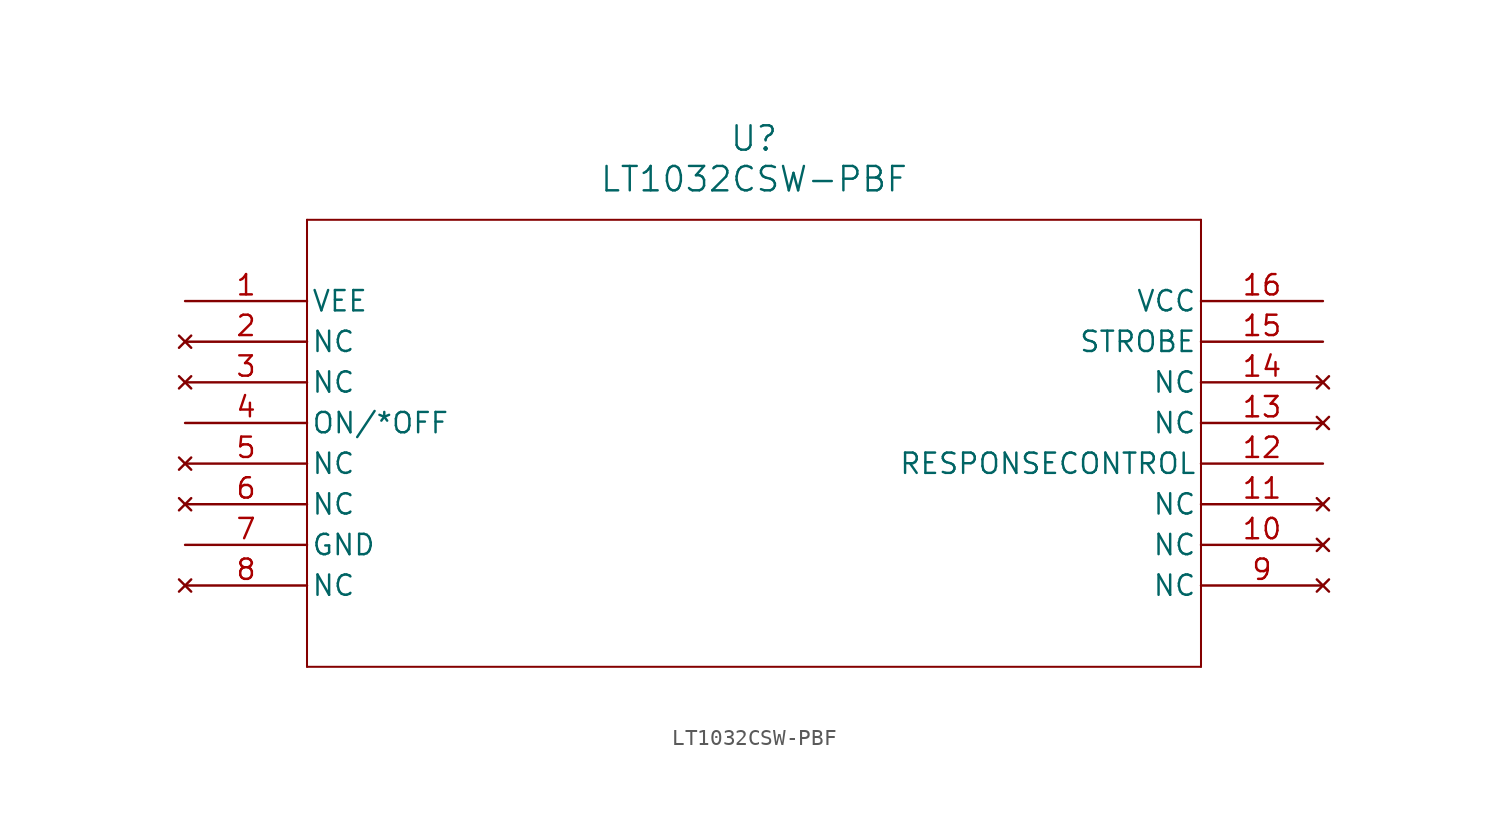
<source format=kicad_sym>
(kicad_symbol_lib
  (version 20211014)
  (generator kicad_symbol_editor)
  (symbol "LT1032CSW-PBF"
    (pin_names
      (offset 0.254))
    (property "Reference" "U"
      (at 35.56 10.16 0)
      (effects (font (size 1.524 1.524))))
    (property "Value" "LT1032CSW-PBF"
      (at 35.56 7.62 0)
      (effects (font (size 1.524 1.524))))
    (symbol "LT1032CSW-PBF_0_1"
      (polyline (pts (xy 7.62 5.08) (xy 7.62 -22.86)) (stroke (width 0.127) (type default) (color 0 0 0 0)) (fill (type none)))
      (polyline (pts (xy 7.62 -22.86) (xy 63.5 -22.86)) (stroke (width 0.127) (type default) (color 0 0 0 0)) (fill (type none)))
      (polyline (pts (xy 63.5 -22.86) (xy 63.5 5.08)) (stroke (width 0.127) (type default) (color 0 0 0 0)) (fill (type none)))
      (polyline (pts (xy 63.5 5.08) (xy 7.62 5.08)) (stroke (width 0.127) (type default) (color 0 0 0 0)) (fill (type none)))
      (pin power_in line (at 0 0 0) (length 7.62) (name "VEE" (effects (font (size 1.27 1.27)))) (number "1" (effects (font (size 1.27 1.27)))))
      (pin no_connect line (at 0 -2.54 0) (length 7.62) (name "NC" (effects (font (size 1.27 1.27)))) (number "2" (effects (font (size 1.27 1.27)))))
      (pin no_connect line (at 0 -5.08 0) (length 7.62) (name "NC" (effects (font (size 1.27 1.27)))) (number "3" (effects (font (size 1.27 1.27)))))
      (pin unspecified line (at 0 -7.62 0) (length 7.62) (name "ON/*OFF" (effects (font (size 1.27 1.27)))) (number "4" (effects (font (size 1.27 1.27)))))
      (pin no_connect line (at 0 -10.16 0) (length 7.62) (name "NC" (effects (font (size 1.27 1.27)))) (number "5" (effects (font (size 1.27 1.27)))))
      (pin no_connect line (at 0 -12.7 0) (length 7.62) (name "NC" (effects (font (size 1.27 1.27)))) (number "6" (effects (font (size 1.27 1.27)))))
      (pin power_in line (at 0 -15.24 0) (length 7.62) (name "GND" (effects (font (size 1.27 1.27)))) (number "7" (effects (font (size 1.27 1.27)))))
      (pin no_connect line (at 0 -17.78 0) (length 7.62) (name "NC" (effects (font (size 1.27 1.27)))) (number "8" (effects (font (size 1.27 1.27)))))
      (pin no_connect line (at 71.12 -17.78 180) (length 7.62) (name "NC" (effects (font (size 1.27 1.27)))) (number "9" (effects (font (size 1.27 1.27)))))
      (pin no_connect line (at 71.12 -15.24 180) (length 7.62) (name "NC" (effects (font (size 1.27 1.27)))) (number "10" (effects (font (size 1.27 1.27)))))
      (pin no_connect line (at 71.12 -12.7 180) (length 7.62) (name "NC" (effects (font (size 1.27 1.27)))) (number "11" (effects (font (size 1.27 1.27)))))
      (pin unspecified line (at 71.12 -10.16 180) (length 7.62) (name "RESPONSECONTROL" (effects (font (size 1.27 1.27)))) (number "12" (effects (font (size 1.27 1.27)))))
      (pin no_connect line (at 71.12 -7.62 180) (length 7.62) (name "NC" (effects (font (size 1.27 1.27)))) (number "13" (effects (font (size 1.27 1.27)))))
      (pin no_connect line (at 71.12 -5.08 180) (length 7.62) (name "NC" (effects (font (size 1.27 1.27)))) (number "14" (effects (font (size 1.27 1.27)))))
      (pin unspecified line (at 71.12 -2.54 180) (length 7.62) (name "STROBE" (effects (font (size 1.27 1.27)))) (number "15" (effects (font (size 1.27 1.27)))))
      (pin power_in line (at 71.12 0 180) (length 7.62) (name "VCC" (effects (font (size 1.27 1.27)))) (number "16" (effects (font (size 1.27 1.27))))))))
</source>
